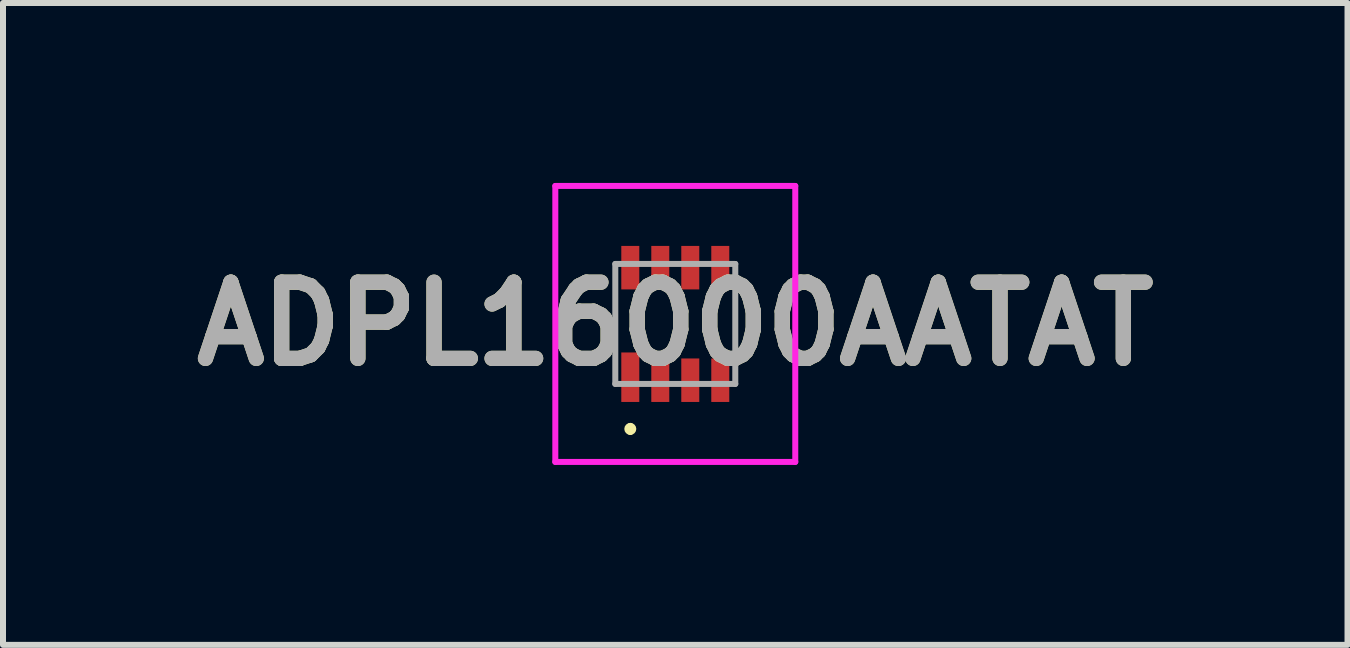
<source format=kicad_pcb>
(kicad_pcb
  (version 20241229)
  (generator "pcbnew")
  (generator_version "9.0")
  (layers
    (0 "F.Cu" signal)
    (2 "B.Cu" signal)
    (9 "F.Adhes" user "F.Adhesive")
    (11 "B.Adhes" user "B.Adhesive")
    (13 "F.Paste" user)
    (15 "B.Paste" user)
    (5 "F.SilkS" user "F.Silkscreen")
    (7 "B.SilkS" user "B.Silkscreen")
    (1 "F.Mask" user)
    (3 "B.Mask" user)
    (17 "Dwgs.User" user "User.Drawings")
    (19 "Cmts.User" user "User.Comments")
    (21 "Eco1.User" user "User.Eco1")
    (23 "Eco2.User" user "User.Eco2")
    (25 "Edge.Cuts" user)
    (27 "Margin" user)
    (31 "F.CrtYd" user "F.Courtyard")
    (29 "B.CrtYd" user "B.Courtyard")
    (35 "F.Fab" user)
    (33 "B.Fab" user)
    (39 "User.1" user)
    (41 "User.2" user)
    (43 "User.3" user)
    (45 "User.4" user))
  (footprint "ADPL16000AATAT"
    (layer "F.Cu")
    (at 8.207 2.35)
    (property "Reference" "ADPL16000AATAT" (at 0 0 0) (layer "F.SilkS") (effects (font (size 1.27 1.27) (thickness 0.254))))
    (attr smd)
    (fp_line (start -0.75 1.7) (end -0.75 1.7) (stroke (width 0.1) (type solid)) (layer "F.SilkS"))
    (fp_line (start -0.75 1.8) (end -0.75 1.8) (stroke (width 0.1) (type solid)) (layer "F.SilkS"))
    (fp_arc (start -0.75 1.7) (mid -0.7 1.75) (end -0.75 1.8) (stroke (width 0.1) (type solid)) (layer "F.SilkS"))
    (fp_arc (start -0.75 1.8) (mid -0.8 1.75) (end -0.75 1.7) (stroke (width 0.1) (type solid)) (layer "F.SilkS"))
    (fp_line (start -2 -2.3) (end 2 -2.3) (stroke (width 0.1) (type solid)) (layer "F.CrtYd"))
    (fp_line (start -2 2.3) (end -2 -2.3) (stroke (width 0.1) (type solid)) (layer "F.CrtYd"))
    (fp_line (start 2 -2.3) (end 2 2.3) (stroke (width 0.1) (type solid)) (layer "F.CrtYd"))
    (fp_line (start 2 2.3) (end -2 2.3) (stroke (width 0.1) (type solid)) (layer "F.CrtYd"))
    (fp_line (start -1 -1) (end 1 -1) (stroke (width 0.1) (type solid)) (layer "F.Fab"))
    (fp_line (start -1 1) (end -1 -1) (stroke (width 0.1) (type solid)) (layer "F.Fab"))
    (fp_line (start 1 -1) (end 1 1) (stroke (width 0.1) (type solid)) (layer "F.Fab"))
    (fp_line (start 1 1) (end -1 1) (stroke (width 0.1) (type solid)) (layer "F.Fab"))
    (fp_text user "${REFERENCE}" (at 0 0 0) (layer "F.Fab") (effects (font (size 1.27 1.27) (thickness 0.254))))
    (pad "1" smd rect (at -0.75 0.888) (size 0.3 0.825) (layers "F.Cu" "F.Mask" "F.Paste"))
    (pad "2" smd rect (at -0.25 0.938) (size 0.3 0.725) (layers "F.Cu" "F.Mask" "F.Paste"))
    (pad "3" smd rect (at 0.25 0.938) (size 0.3 0.725) (layers "F.Cu" "F.Mask" "F.Paste"))
    (pad "4" smd rect (at 0.75 0.938) (size 0.3 0.725) (layers "F.Cu" "F.Mask" "F.Paste"))
    (pad "5" smd rect (at 0.75 -0.938) (size 0.3 0.725) (layers "F.Cu" "F.Mask" "F.Paste"))
    (pad "6" smd rect (at 0.25 -0.938) (size 0.3 0.725) (layers "F.Cu" "F.Mask" "F.Paste"))
    (pad "7" smd rect (at -0.25 -0.938) (size 0.3 0.725) (layers "F.Cu" "F.Mask" "F.Paste"))
    (pad "8" smd rect (at -0.75 -0.938) (size 0.3 0.725) (layers "F.Cu" "F.Mask" "F.Paste")))
  (gr_rect
    (start -3 -3)
    (end 19.413 7.7)
    (stroke (width 0.1) (type default))
    (fill no)
    (layer "Edge.Cuts")))
</source>
